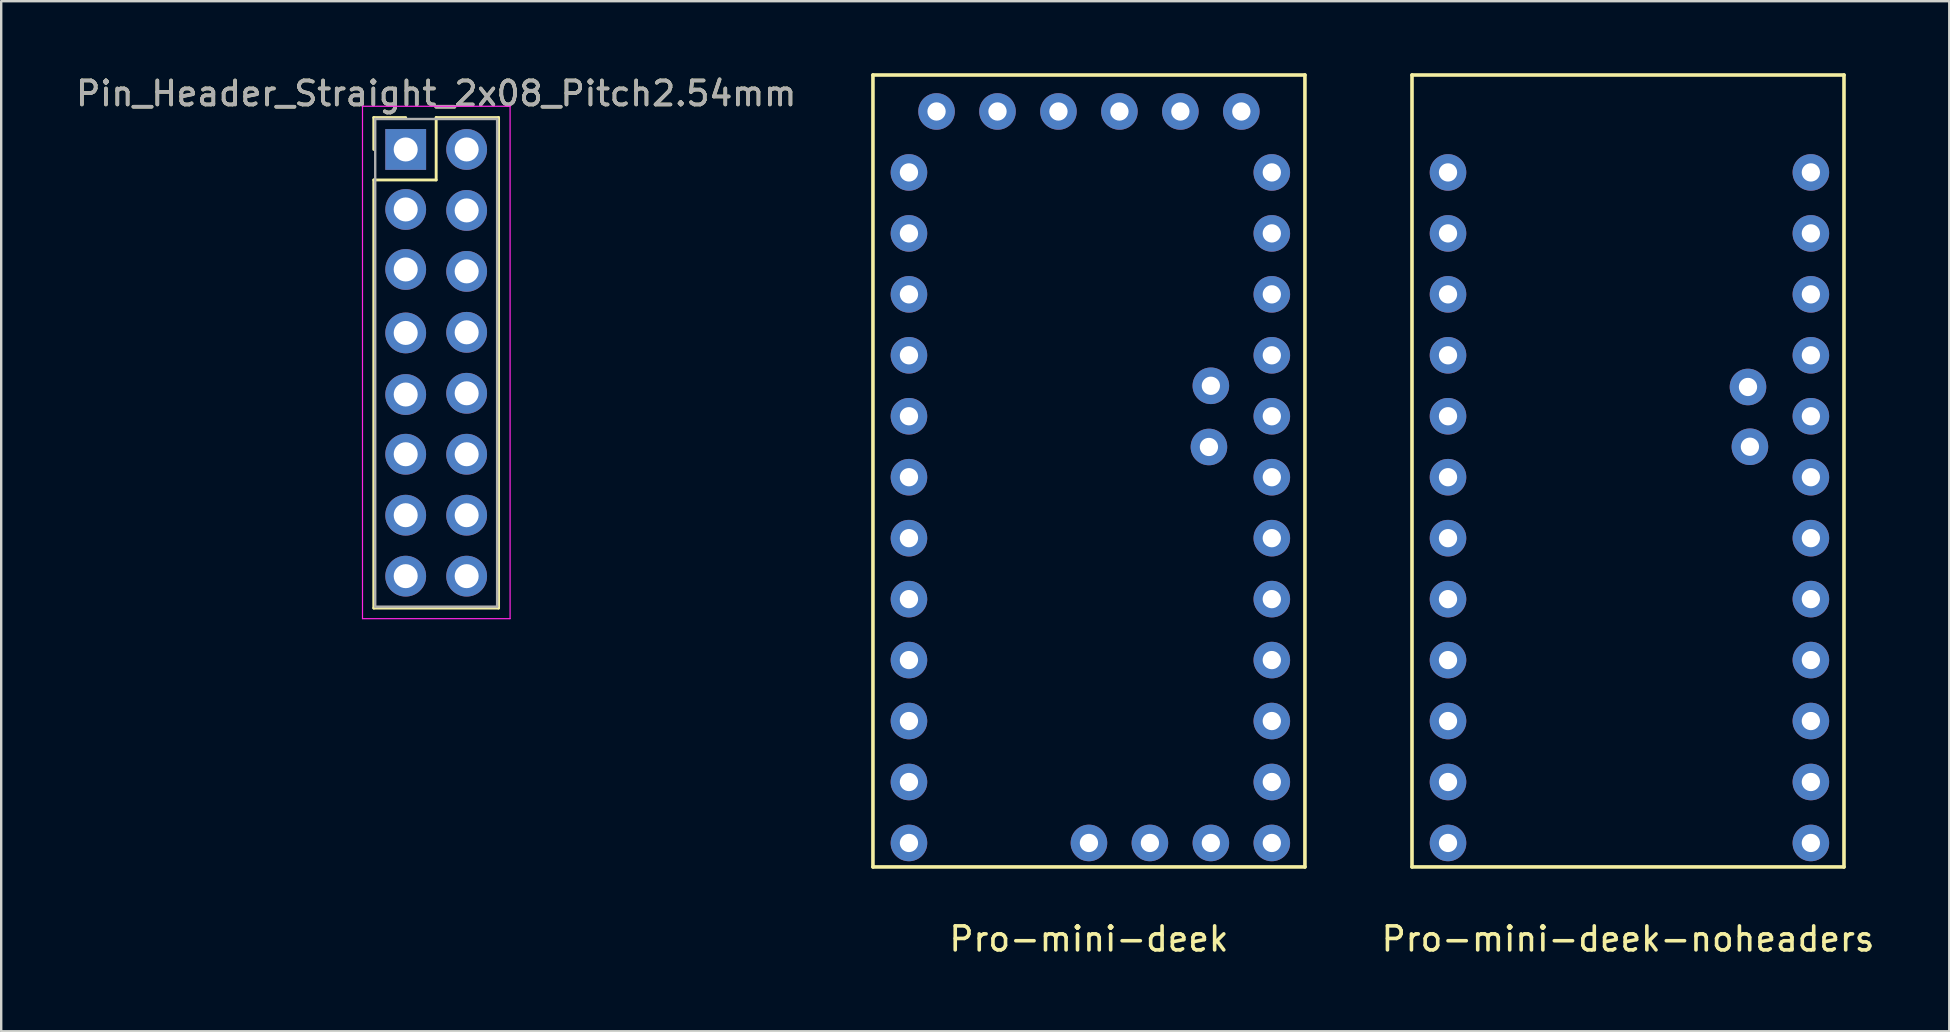
<source format=kicad_pcb>
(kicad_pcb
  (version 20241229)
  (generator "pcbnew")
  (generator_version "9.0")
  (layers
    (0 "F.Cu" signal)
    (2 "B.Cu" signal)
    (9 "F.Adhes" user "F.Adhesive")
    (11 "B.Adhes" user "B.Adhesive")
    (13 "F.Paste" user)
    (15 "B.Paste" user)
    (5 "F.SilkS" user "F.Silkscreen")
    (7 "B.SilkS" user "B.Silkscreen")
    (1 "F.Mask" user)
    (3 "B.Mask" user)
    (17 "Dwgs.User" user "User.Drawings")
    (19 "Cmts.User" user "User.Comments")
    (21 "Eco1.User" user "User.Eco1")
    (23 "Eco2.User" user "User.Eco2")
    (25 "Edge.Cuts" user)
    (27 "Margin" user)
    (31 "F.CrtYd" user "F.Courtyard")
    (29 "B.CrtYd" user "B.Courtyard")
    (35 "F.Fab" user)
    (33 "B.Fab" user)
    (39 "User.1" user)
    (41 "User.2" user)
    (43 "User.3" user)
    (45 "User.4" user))
  (footprint "Pro-mini-deek"
    (layer "F.Cu")
    (at 42.325 32.075)
    (property "Reference" "Pro-mini-deek" (at 0 4 0) (layer "F.SilkS") (effects (font (size 1 1) (thickness 0.15))))
    (attr through_hole)
    (fp_line (start -9 -32) (end 9 -32) (stroke (width 0.15) (type solid)) (layer "F.SilkS"))
    (fp_line (start -9 1) (end -9 -32) (stroke (width 0.15) (type solid)) (layer "F.SilkS"))
    (fp_line (start 9 -32) (end 9 1) (stroke (width 0.15) (type solid)) (layer "F.SilkS"))
    (fp_line (start 9 1) (end -9 1) (stroke (width 0.15) (type solid)) (layer "F.SilkS"))
    (pad "1" thru_hole circle (at -7.5 -27.94) (size 1.524 1.524) (drill 0.762) (layers "*.Cu" "*.Mask"))
    (pad "2" thru_hole circle (at -7.5 -25.4) (size 1.524 1.524) (drill 0.762) (layers "*.Cu" "*.Mask"))
    (pad "3" thru_hole circle (at -7.5 -22.86) (size 1.524 1.524) (drill 0.762) (layers "*.Cu" "*.Mask"))
    (pad "4" thru_hole circle (at -7.5 -20.32) (size 1.524 1.524) (drill 0.762) (layers "*.Cu" "*.Mask"))
    (pad "5" thru_hole circle (at -7.5 -17.78) (size 1.524 1.524) (drill 0.762) (layers "*.Cu" "*.Mask"))
    (pad "6" thru_hole circle (at -7.5 -15.24) (size 1.524 1.524) (drill 0.762) (layers "*.Cu" "*.Mask"))
    (pad "7" thru_hole circle (at -7.5 -12.7) (size 1.524 1.524) (drill 0.762) (layers "*.Cu" "*.Mask"))
    (pad "8" thru_hole circle (at -7.5 -10.16) (size 1.524 1.524) (drill 0.762) (layers "*.Cu" "*.Mask"))
    (pad "9" thru_hole circle (at -7.5 -7.62) (size 1.524 1.524) (drill 0.762) (layers "*.Cu" "*.Mask"))
    (pad "10" thru_hole circle (at -7.5 -5.08) (size 1.524 1.524) (drill 0.762) (layers "*.Cu" "*.Mask"))
    (pad "11" thru_hole circle (at -7.5 -2.54) (size 1.524 1.524) (drill 0.762) (layers "*.Cu" "*.Mask"))
    (pad "12" thru_hole circle (at -7.5 0) (size 1.524 1.524) (drill 0.762) (layers "*.Cu" "*.Mask"))
    (pad "13" thru_hole circle (at 7.62 0) (size 1.524 1.524) (drill 0.762) (layers "*.Cu" "*.Mask"))
    (pad "14" thru_hole circle (at 7.62 -2.54) (size 1.524 1.524) (drill 0.762) (layers "*.Cu" "*.Mask"))
    (pad "15" thru_hole circle (at 7.62 -5.08) (size 1.524 1.524) (drill 0.762) (layers "*.Cu" "*.Mask"))
    (pad "16" thru_hole circle (at 7.62 -7.62) (size 1.524 1.524) (drill 0.762) (layers "*.Cu" "*.Mask"))
    (pad "17" thru_hole circle (at 7.62 -10.16) (size 1.524 1.524) (drill 0.762) (layers "*.Cu" "*.Mask"))
    (pad "18" thru_hole circle (at 7.62 -12.7) (size 1.524 1.524) (drill 0.762) (layers "*.Cu" "*.Mask"))
    (pad "19" thru_hole circle (at 7.62 -15.24) (size 1.524 1.524) (drill 0.762) (layers "*.Cu" "*.Mask"))
    (pad "20" thru_hole circle (at 7.62 -17.78) (size 1.524 1.524) (drill 0.762) (layers "*.Cu" "*.Mask"))
    (pad "21" thru_hole circle (at 5 -16.5) (size 1.524 1.524) (drill 0.762) (layers "*.Cu" "*.Mask"))
    (pad "22" thru_hole circle (at 5.08 -19.05) (size 1.524 1.524) (drill 0.762) (layers "*.Cu" "*.Mask"))
    (pad "23" thru_hole circle (at 7.62 -20.32) (size 1.524 1.524) (drill 0.762) (layers "*.Cu" "*.Mask"))
    (pad "24" thru_hole circle (at 7.62 -22.86) (size 1.524 1.524) (drill 0.762) (layers "*.Cu" "*.Mask"))
    (pad "25" thru_hole circle (at 7.62 -25.4) (size 1.524 1.524) (drill 0.762) (layers "*.Cu" "*.Mask"))
    (pad "26" thru_hole circle (at 7.62 -27.94) (size 1.524 1.524) (drill 0.762) (layers "*.Cu" "*.Mask"))
    (pad "27" thru_hole circle (at 5.08 0) (size 1.524 1.524) (drill 0.762) (layers "*.Cu" "*.Mask"))
    (pad "28" thru_hole circle (at 2.54 0) (size 1.524 1.524) (drill 0.762) (layers "*.Cu" "*.Mask"))
    (pad "29" thru_hole circle (at 0 0) (size 1.524 1.524) (drill 0.762) (layers "*.Cu" "*.Mask"))
    (pad "30" thru_hole circle (at -6.35 -30.48) (size 1.524 1.524) (drill 0.762) (layers "*.Cu" "*.Mask"))
    (pad "31" thru_hole circle (at -3.81 -30.48) (size 1.524 1.524) (drill 0.762) (layers "*.Cu" "*.Mask"))
    (pad "32" thru_hole circle (at -1.27 -30.48) (size 1.524 1.524) (drill 0.762) (layers "*.Cu" "*.Mask"))
    (pad "33" thru_hole circle (at 1.27 -30.48) (size 1.524 1.524) (drill 0.762) (layers "*.Cu" "*.Mask"))
    (pad "34" thru_hole circle (at 3.81 -30.48) (size 1.524 1.524) (drill 0.762) (layers "*.Cu" "*.Mask"))
    (pad "35" thru_hole circle (at 6.35 -30.48) (size 1.524 1.524) (drill 0.762) (layers "*.Cu" "*.Mask")))
  (footprint "Pin_Header_Straight_2x08_Pitch2.54mm"
    (layer "F.Cu")
    (at 13.855 3.178)
    (property "Reference" "Pin_Header_Straight_2x08_Pitch2.54mm" (at 1.27 -2.33 0) (layer "F.SilkS") (effects (font (size 1 1) (thickness 0.15))))
    (attr through_hole)
    (fp_line (start -1.33 -1.33) (end 0 -1.33) (stroke (width 0.12) (type solid)) (layer "F.SilkS"))
    (fp_line (start -1.33 0) (end -1.33 -1.33) (stroke (width 0.12) (type solid)) (layer "F.SilkS"))
    (fp_line (start -1.33 1.27) (end -1.33 19.11) (stroke (width 0.12) (type solid)) (layer "F.SilkS"))
    (fp_line (start -1.33 19.11) (end 3.87 19.11) (stroke (width 0.12) (type solid)) (layer "F.SilkS"))
    (fp_line (start 1.27 -1.33) (end 1.27 1.27) (stroke (width 0.12) (type solid)) (layer "F.SilkS"))
    (fp_line (start 1.27 1.27) (end -1.33 1.27) (stroke (width 0.12) (type solid)) (layer "F.SilkS"))
    (fp_line (start 3.87 -1.33) (end 1.27 -1.33) (stroke (width 0.12) (type solid)) (layer "F.SilkS"))
    (fp_line (start 3.87 19.11) (end 3.87 -1.33) (stroke (width 0.12) (type solid)) (layer "F.SilkS"))
    (fp_line (start -1.8 -1.8) (end -1.8 19.55) (stroke (width 0.05) (type solid)) (layer "F.CrtYd"))
    (fp_line (start -1.8 19.55) (end 4.35 19.55) (stroke (width 0.05) (type solid)) (layer "F.CrtYd"))
    (fp_line (start 4.35 -1.8) (end -1.8 -1.8) (stroke (width 0.05) (type solid)) (layer "F.CrtYd"))
    (fp_line (start 4.35 19.55) (end 4.35 -1.8) (stroke (width 0.05) (type solid)) (layer "F.CrtYd"))
    (fp_line (start -1.27 -1.27) (end -1.27 19.05) (stroke (width 0.1) (type solid)) (layer "F.Fab"))
    (fp_line (start -1.27 19.05) (end 3.81 19.05) (stroke (width 0.1) (type solid)) (layer "F.Fab"))
    (fp_line (start 3.81 -1.27) (end -1.27 -1.27) (stroke (width 0.1) (type solid)) (layer "F.Fab"))
    (fp_line (start 3.81 19.05) (end 3.81 -1.27) (stroke (width 0.1) (type solid)) (layer "F.Fab"))
    (fp_text user "${REFERENCE}" (at 1.27 -2.33 0) (layer "F.Fab") (effects (font (size 1 1) (thickness 0.15))))
    (pad "1" thru_hole rect (at 0 0) (size 1.7 1.7) (drill 1) (layers "*.Cu" "*.Mask"))
    (pad "2" thru_hole oval (at 0 2.5) (size 1.7 1.7) (drill 1) (layers "*.Cu" "*.Mask"))
    (pad "3" thru_hole oval (at 0 5) (size 1.7 1.7) (drill 1) (layers "*.Cu" "*.Mask"))
    (pad "4" thru_hole oval (at 0 7.645) (size 1.7 1.7) (drill 1) (layers "*.Cu" "*.Mask"))
    (pad "5" thru_hole oval (at 0 10.211) (size 1.7 1.7) (drill 1) (layers "*.Cu" "*.Mask"))
    (pad "6" thru_hole oval (at 0 12.7) (size 1.7 1.7) (drill 1) (layers "*.Cu" "*.Mask"))
    (pad "7" thru_hole oval (at 0 15.24) (size 1.7 1.7) (drill 1) (layers "*.Cu" "*.Mask"))
    (pad "8" thru_hole oval (at 0 17.78) (size 1.7 1.7) (drill 1) (layers "*.Cu" "*.Mask"))
    (pad "9" thru_hole oval (at 2.54 17.78) (size 1.7 1.7) (drill 1) (layers "*.Cu" "*.Mask"))
    (pad "10" thru_hole oval (at 2.54 15.24) (size 1.7 1.7) (drill 1) (layers "*.Cu" "*.Mask"))
    (pad "11" thru_hole oval (at 2.54 12.7) (size 1.7 1.7) (drill 1) (layers "*.Cu" "*.Mask"))
    (pad "12" thru_hole oval (at 2.54 10.16) (size 1.7 1.7) (drill 1) (layers "*.Cu" "*.Mask"))
    (pad "13" thru_hole oval (at 2.54 7.62) (size 1.7 1.7) (drill 1) (layers "*.Cu" "*.Mask"))
    (pad "14" thru_hole oval (at 2.54 5.08) (size 1.7 1.7) (drill 1) (layers "*.Cu" "*.Mask"))
    (pad "15" thru_hole oval (at 2.54 2.54) (size 1.7 1.7) (drill 1) (layers "*.Cu" "*.Mask"))
    (pad "16" thru_hole oval (at 2.54 0) (size 1.7 1.7) (drill 1) (layers "*.Cu" "*.Mask")))
  (footprint "Pro-mini-deek-noheaders"
    (placed yes)
    (layer "F.Cu")
    (at 64.787 32.075)
    (property "Reference" "Pro-mini-deek-noheaders" (at 0 4 0) (layer "F.SilkS") (effects (font (size 1 1) (thickness 0.15))))
    (attr through_hole)
    (fp_line (start -9 -32) (end 9 -32) (stroke (width 0.15) (type solid)) (layer "F.SilkS"))
    (fp_line (start -9 1) (end -9 -32) (stroke (width 0.15) (type solid)) (layer "F.SilkS"))
    (fp_line (start 9 -32) (end 9 1) (stroke (width 0.15) (type solid)) (layer "F.SilkS"))
    (fp_line (start 9 1) (end -9 1) (stroke (width 0.15) (type solid)) (layer "F.SilkS"))
    (pad "1" thru_hole circle (at -7.5 -27.94) (size 1.524 1.524) (drill 0.762) (layers "*.Cu" "*.Mask"))
    (pad "2" thru_hole circle (at -7.5 -25.4) (size 1.524 1.524) (drill 0.762) (layers "*.Cu" "*.Mask"))
    (pad "3" thru_hole circle (at -7.5 -22.86) (size 1.524 1.524) (drill 0.762) (layers "*.Cu" "*.Mask"))
    (pad "4" thru_hole circle (at -7.5 -20.32) (size 1.524 1.524) (drill 0.762) (layers "*.Cu" "*.Mask"))
    (pad "5" thru_hole circle (at -7.5 -17.78) (size 1.524 1.524) (drill 0.762) (layers "*.Cu" "*.Mask"))
    (pad "6" thru_hole circle (at -7.5 -15.24) (size 1.524 1.524) (drill 0.762) (layers "*.Cu" "*.Mask"))
    (pad "7" thru_hole circle (at -7.5 -12.7) (size 1.524 1.524) (drill 0.762) (layers "*.Cu" "*.Mask"))
    (pad "8" thru_hole circle (at -7.5 -10.16) (size 1.524 1.524) (drill 0.762) (layers "*.Cu" "*.Mask"))
    (pad "9" thru_hole circle (at -7.5 -7.62) (size 1.524 1.524) (drill 0.762) (layers "*.Cu" "*.Mask"))
    (pad "10" thru_hole circle (at -7.5 -5.08) (size 1.524 1.524) (drill 0.762) (layers "*.Cu" "*.Mask"))
    (pad "11" thru_hole circle (at -7.5 -2.54) (size 1.524 1.524) (drill 0.762) (layers "*.Cu" "*.Mask"))
    (pad "12" thru_hole circle (at -7.5 0) (size 1.524 1.524) (drill 0.762) (layers "*.Cu" "*.Mask"))
    (pad "13" thru_hole circle (at 7.62 0) (size 1.524 1.524) (drill 0.762) (layers "*.Cu" "*.Mask"))
    (pad "14" thru_hole circle (at 7.62 -2.54) (size 1.524 1.524) (drill 0.762) (layers "*.Cu" "*.Mask"))
    (pad "15" thru_hole circle (at 7.62 -5.08) (size 1.524 1.524) (drill 0.762) (layers "*.Cu" "*.Mask"))
    (pad "16" thru_hole circle (at 7.62 -7.62) (size 1.524 1.524) (drill 0.762) (layers "*.Cu" "*.Mask"))
    (pad "17" thru_hole circle (at 7.62 -10.16) (size 1.524 1.524) (drill 0.762) (layers "*.Cu" "*.Mask"))
    (pad "18" thru_hole circle (at 7.62 -12.7) (size 1.524 1.524) (drill 0.762) (layers "*.Cu" "*.Mask"))
    (pad "19" thru_hole circle (at 7.62 -15.24) (size 1.524 1.524) (drill 0.762) (layers "*.Cu" "*.Mask"))
    (pad "20" thru_hole circle (at 7.62 -17.78) (size 1.524 1.524) (drill 0.762) (layers "*.Cu" "*.Mask"))
    (pad "21" thru_hole circle (at 5.08 -16.51) (size 1.524 1.524) (drill 0.762) (layers "*.Cu" "*.Mask"))
    (pad "22" thru_hole circle (at 5 -19) (size 1.524 1.524) (drill 0.762) (layers "*.Cu" "*.Mask"))
    (pad "23" thru_hole circle (at 7.62 -20.32) (size 1.524 1.524) (drill 0.762) (layers "*.Cu" "*.Mask"))
    (pad "24" thru_hole circle (at 7.62 -22.86) (size 1.524 1.524) (drill 0.762) (layers "*.Cu" "*.Mask"))
    (pad "25" thru_hole circle (at 7.62 -25.4) (size 1.524 1.524) (drill 0.762) (layers "*.Cu" "*.Mask"))
    (pad "26" thru_hole circle (at 7.62 -27.94) (size 1.524 1.524) (drill 0.762) (layers "*.Cu" "*.Mask")))
  (gr_rect
    (start -3 -3)
    (end 78.174 39.923)
    (stroke (width 0.1) (type default))
    (fill no)
    (layer "Edge.Cuts")))
</source>
